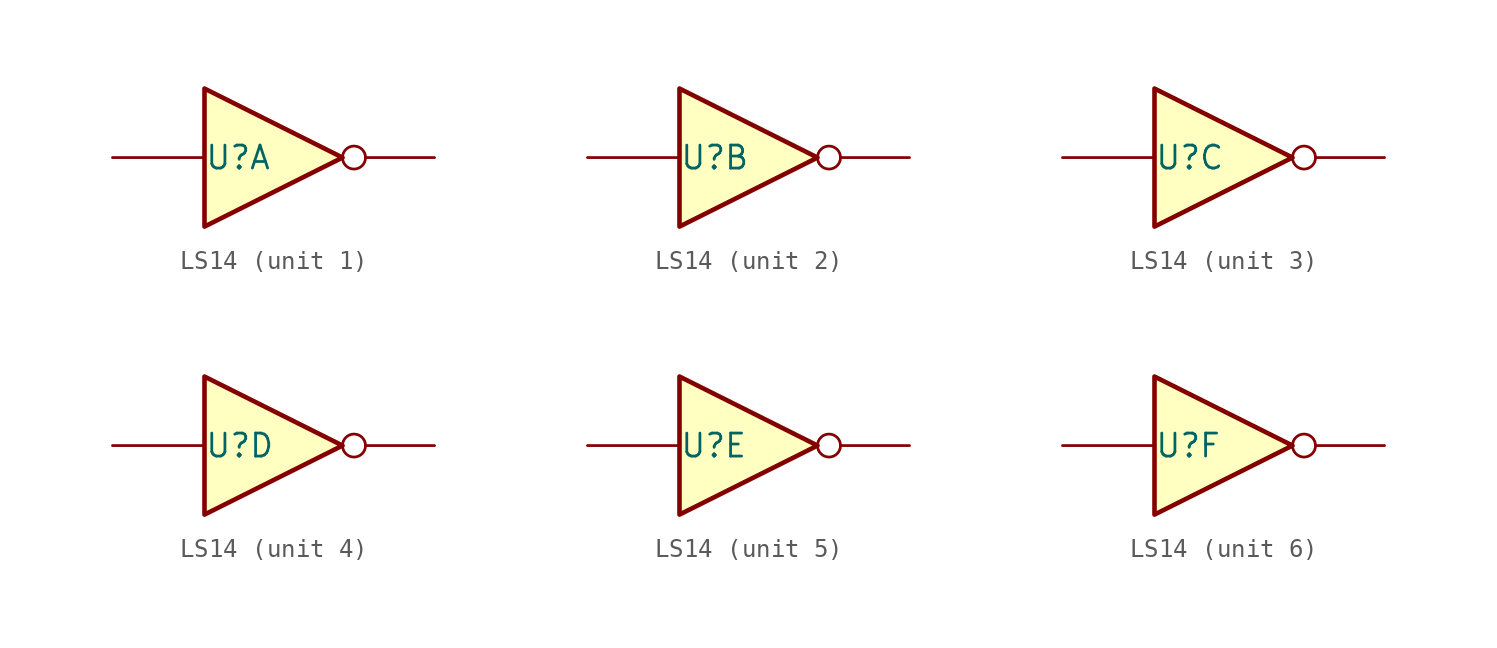
<source format=kicad_sym>
(kicad_symbol_lib
  (version 20211014)
  (generator kicad_symbol_editor)
  (symbol "LS14"
    (property "Reference" "U"
      (at -2.54 0 0)
      (effects (font (size 1.27 1.27)) (justify left)))
    (symbol "LS14_1_0"
      (polyline (pts (xy -2.54 3.81) (xy -2.54 -3.81) (xy 5.08 0) (xy -2.54 3.81)) (stroke (width 0.254) (type default) (color 0 0 0 0)) (fill (type background))))
    (symbol "LS14_1_1"
      (pin passive line (at -7.62 0 0) (length 5.08) (name "" (effects (font (size 1.27 1.27)))) (number "" (effects (font (size 1.27 1.27)))))
      (pin passive inverted (at 10.16 0 180) (length 5.08) (name "" (effects (font (size 1.27 1.27)))) (number "" (effects (font (size 1.27 1.27))))))
    (symbol "LS14_2_0"
      (polyline (pts (xy -2.54 3.81) (xy -2.54 -3.81) (xy 5.08 0) (xy -2.54 3.81)) (stroke (width 0.254) (type default) (color 0 0 0 0)) (fill (type background))))
    (symbol "LS14_2_1"
      (pin passive line (at -7.62 0 0) (length 5.08) (name "" (effects (font (size 1.27 1.27)))) (number "" (effects (font (size 1.27 1.27)))))
      (pin passive inverted (at 10.16 0 180) (length 5.08) (name "" (effects (font (size 1.27 1.27)))) (number "" (effects (font (size 1.27 1.27))))))
    (symbol "LS14_3_0"
      (polyline (pts (xy -2.54 3.81) (xy -2.54 -3.81) (xy 5.08 0) (xy -2.54 3.81)) (stroke (width 0.254) (type default) (color 0 0 0 0)) (fill (type background))))
    (symbol "LS14_3_1"
      (pin passive line (at -7.62 0 0) (length 5.08) (name "" (effects (font (size 1.27 1.27)))) (number "" (effects (font (size 1.27 1.27)))))
      (pin passive inverted (at 10.16 0 180) (length 5.08) (name "" (effects (font (size 1.27 1.27)))) (number "" (effects (font (size 1.27 1.27))))))
    (symbol "LS14_4_0"
      (polyline (pts (xy -2.54 3.81) (xy -2.54 -3.81) (xy 5.08 0) (xy -2.54 3.81)) (stroke (width 0.254) (type default) (color 0 0 0 0)) (fill (type background))))
    (symbol "LS14_4_1"
      (pin passive line (at -7.62 0 0) (length 5.08) (name "" (effects (font (size 1.27 1.27)))) (number "" (effects (font (size 1.27 1.27)))))
      (pin passive inverted (at 10.16 0 180) (length 5.08) (name "" (effects (font (size 1.27 1.27)))) (number "" (effects (font (size 1.27 1.27))))))
    (symbol "LS14_5_0"
      (polyline (pts (xy -2.54 3.81) (xy -2.54 -3.81) (xy 5.08 0) (xy -2.54 3.81)) (stroke (width 0.254) (type default) (color 0 0 0 0)) (fill (type background))))
    (symbol "LS14_5_1"
      (pin passive line (at -7.62 0 0) (length 5.08) (name "" (effects (font (size 1.27 1.27)))) (number "" (effects (font (size 1.27 1.27)))))
      (pin passive inverted (at 10.16 0 180) (length 5.08) (name "" (effects (font (size 1.27 1.27)))) (number "" (effects (font (size 1.27 1.27))))))
    (symbol "LS14_6_0"
      (polyline (pts (xy -2.54 3.81) (xy -2.54 -3.81) (xy 5.08 0) (xy -2.54 3.81)) (stroke (width 0.254) (type default) (color 0 0 0 0)) (fill (type background))))
    (symbol "LS14_6_1"
      (pin passive line (at -7.62 0 0) (length 5.08) (name "" (effects (font (size 1.27 1.27)))) (number "" (effects (font (size 1.27 1.27)))))
      (pin passive inverted (at 10.16 0 180) (length 5.08) (name "" (effects (font (size 1.27 1.27)))) (number "" (effects (font (size 1.27 1.27))))))))
</source>
